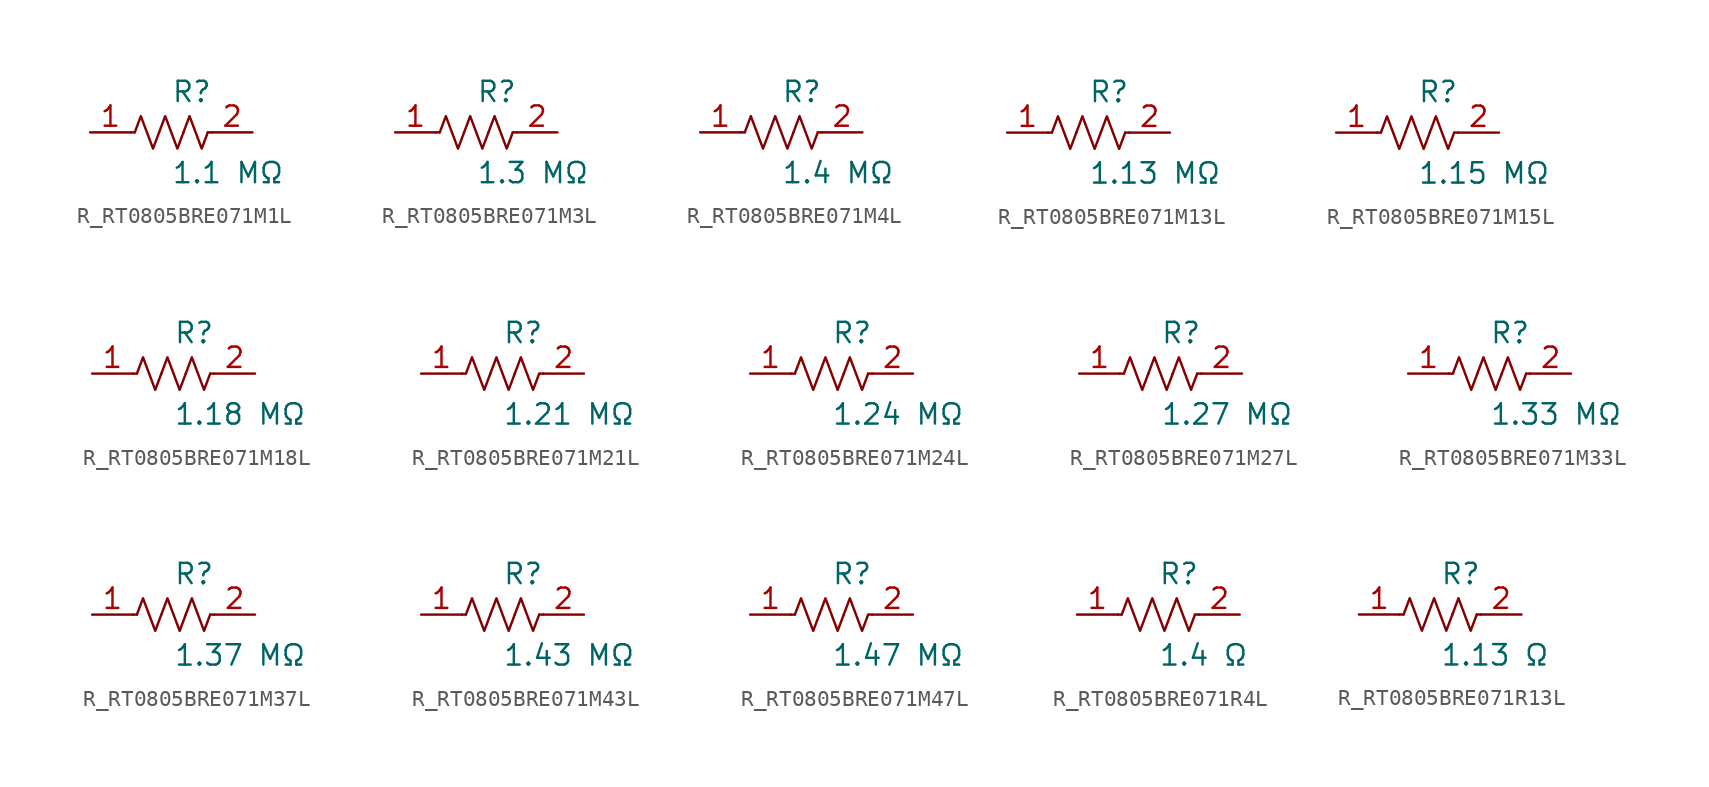
<source format=kicad_sym>
(kicad_symbol_lib
  (version 20231120)
  (generator kicad_symbol_editor)
  (generator_version 8.0)
  (symbol "R_RT0805BRE071M1L"
    (pin_names
      (offset 0.254))
    (property "Reference" "R"
      (at 0.0 2.54 0)
      (effects (font (size 1.27 1.27)) (justify left)))
    (property "Value" "1.1 MΩ"
      (at 0.0 -2.54 0)
      (effects (font (size 1.27 1.27)) (justify left)))
    (symbol "R_RT0805BRE071M1L_0_1"
      (polyline (pts (xy 2.286 0) (xy 2.54 0)) (stroke (width 0) (type default)) (fill (type none)))
      (polyline (pts (xy -2.286 0) (xy -2.54 0)) (stroke (width 0) (type default)) (fill (type none)))
      (polyline (pts (xy 0.762 0) (xy 1.143 1.016) (xy 1.524 0) (xy 1.905 -1.016) (xy 2.286 0)) (stroke (width 0) (type default)) (fill (type none)))
      (polyline (pts (xy -0.762 0) (xy -0.381 1.016) (xy 0 0) (xy 0.381 -1.016) (xy 0.762 0)) (stroke (width 0) (type default)) (fill (type none)))
      (polyline (pts (xy -2.286 0) (xy -1.905 1.016) (xy -1.524 0) (xy -1.143 -1.016) (xy -0.762 0)) (stroke (width 0) (type default)) (fill (type none))))
    (pin unspecified line
      (at -5.08 0 0)
      (length 2.54)
      (name "" (effects (font (size 1.27 1.27))))
      (number "1" (effects (font (size 1.27 1.27)))))
    (pin unspecified line
      (at 5.08 0 180)
      (length 2.54)
      (name "" (effects (font (size 1.27 1.27))))
      (number "2" (effects (font (size 1.27 1.27))))))
  (symbol "R_RT0805BRE071M3L"
    (pin_names
      (offset 0.254))
    (property "Reference" "R"
      (at 0.0 2.54 0)
      (effects (font (size 1.27 1.27)) (justify left)))
    (property "Value" "1.3 MΩ"
      (at 0.0 -2.54 0)
      (effects (font (size 1.27 1.27)) (justify left)))
    (symbol "R_RT0805BRE071M3L_0_1"
      (polyline (pts (xy 2.286 0) (xy 2.54 0)) (stroke (width 0) (type default)) (fill (type none)))
      (polyline (pts (xy -2.286 0) (xy -2.54 0)) (stroke (width 0) (type default)) (fill (type none)))
      (polyline (pts (xy 0.762 0) (xy 1.143 1.016) (xy 1.524 0) (xy 1.905 -1.016) (xy 2.286 0)) (stroke (width 0) (type default)) (fill (type none)))
      (polyline (pts (xy -0.762 0) (xy -0.381 1.016) (xy 0 0) (xy 0.381 -1.016) (xy 0.762 0)) (stroke (width 0) (type default)) (fill (type none)))
      (polyline (pts (xy -2.286 0) (xy -1.905 1.016) (xy -1.524 0) (xy -1.143 -1.016) (xy -0.762 0)) (stroke (width 0) (type default)) (fill (type none))))
    (pin unspecified line
      (at -5.08 0 0)
      (length 2.54)
      (name "" (effects (font (size 1.27 1.27))))
      (number "1" (effects (font (size 1.27 1.27)))))
    (pin unspecified line
      (at 5.08 0 180)
      (length 2.54)
      (name "" (effects (font (size 1.27 1.27))))
      (number "2" (effects (font (size 1.27 1.27))))))
  (symbol "R_RT0805BRE071M4L"
    (pin_names
      (offset 0.254))
    (property "Reference" "R"
      (at 0.0 2.54 0)
      (effects (font (size 1.27 1.27)) (justify left)))
    (property "Value" "1.4 MΩ"
      (at 0.0 -2.54 0)
      (effects (font (size 1.27 1.27)) (justify left)))
    (symbol "R_RT0805BRE071M4L_0_1"
      (polyline (pts (xy 2.286 0) (xy 2.54 0)) (stroke (width 0) (type default)) (fill (type none)))
      (polyline (pts (xy -2.286 0) (xy -2.54 0)) (stroke (width 0) (type default)) (fill (type none)))
      (polyline (pts (xy 0.762 0) (xy 1.143 1.016) (xy 1.524 0) (xy 1.905 -1.016) (xy 2.286 0)) (stroke (width 0) (type default)) (fill (type none)))
      (polyline (pts (xy -0.762 0) (xy -0.381 1.016) (xy 0 0) (xy 0.381 -1.016) (xy 0.762 0)) (stroke (width 0) (type default)) (fill (type none)))
      (polyline (pts (xy -2.286 0) (xy -1.905 1.016) (xy -1.524 0) (xy -1.143 -1.016) (xy -0.762 0)) (stroke (width 0) (type default)) (fill (type none))))
    (pin unspecified line
      (at -5.08 0 0)
      (length 2.54)
      (name "" (effects (font (size 1.27 1.27))))
      (number "1" (effects (font (size 1.27 1.27)))))
    (pin unspecified line
      (at 5.08 0 180)
      (length 2.54)
      (name "" (effects (font (size 1.27 1.27))))
      (number "2" (effects (font (size 1.27 1.27))))))
  (symbol "R_RT0805BRE071M13L"
    (pin_names
      (offset 0.254))
    (property "Reference" "R"
      (at 0.0 2.54 0)
      (effects (font (size 1.27 1.27)) (justify left)))
    (property "Value" "1.13 MΩ"
      (at 0.0 -2.54 0)
      (effects (font (size 1.27 1.27)) (justify left)))
    (symbol "R_RT0805BRE071M13L_0_1"
      (polyline (pts (xy 2.286 0) (xy 2.54 0)) (stroke (width 0) (type default)) (fill (type none)))
      (polyline (pts (xy -2.286 0) (xy -2.54 0)) (stroke (width 0) (type default)) (fill (type none)))
      (polyline (pts (xy 0.762 0) (xy 1.143 1.016) (xy 1.524 0) (xy 1.905 -1.016) (xy 2.286 0)) (stroke (width 0) (type default)) (fill (type none)))
      (polyline (pts (xy -0.762 0) (xy -0.381 1.016) (xy 0 0) (xy 0.381 -1.016) (xy 0.762 0)) (stroke (width 0) (type default)) (fill (type none)))
      (polyline (pts (xy -2.286 0) (xy -1.905 1.016) (xy -1.524 0) (xy -1.143 -1.016) (xy -0.762 0)) (stroke (width 0) (type default)) (fill (type none))))
    (pin unspecified line
      (at -5.08 0 0)
      (length 2.54)
      (name "" (effects (font (size 1.27 1.27))))
      (number "1" (effects (font (size 1.27 1.27)))))
    (pin unspecified line
      (at 5.08 0 180)
      (length 2.54)
      (name "" (effects (font (size 1.27 1.27))))
      (number "2" (effects (font (size 1.27 1.27))))))
  (symbol "R_RT0805BRE071M15L"
    (pin_names
      (offset 0.254))
    (property "Reference" "R"
      (at 0.0 2.54 0)
      (effects (font (size 1.27 1.27)) (justify left)))
    (property "Value" "1.15 MΩ"
      (at 0.0 -2.54 0)
      (effects (font (size 1.27 1.27)) (justify left)))
    (symbol "R_RT0805BRE071M15L_0_1"
      (polyline (pts (xy 2.286 0) (xy 2.54 0)) (stroke (width 0) (type default)) (fill (type none)))
      (polyline (pts (xy -2.286 0) (xy -2.54 0)) (stroke (width 0) (type default)) (fill (type none)))
      (polyline (pts (xy 0.762 0) (xy 1.143 1.016) (xy 1.524 0) (xy 1.905 -1.016) (xy 2.286 0)) (stroke (width 0) (type default)) (fill (type none)))
      (polyline (pts (xy -0.762 0) (xy -0.381 1.016) (xy 0 0) (xy 0.381 -1.016) (xy 0.762 0)) (stroke (width 0) (type default)) (fill (type none)))
      (polyline (pts (xy -2.286 0) (xy -1.905 1.016) (xy -1.524 0) (xy -1.143 -1.016) (xy -0.762 0)) (stroke (width 0) (type default)) (fill (type none))))
    (pin unspecified line
      (at -5.08 0 0)
      (length 2.54)
      (name "" (effects (font (size 1.27 1.27))))
      (number "1" (effects (font (size 1.27 1.27)))))
    (pin unspecified line
      (at 5.08 0 180)
      (length 2.54)
      (name "" (effects (font (size 1.27 1.27))))
      (number "2" (effects (font (size 1.27 1.27))))))
  (symbol "R_RT0805BRE071M18L"
    (pin_names
      (offset 0.254))
    (property "Reference" "R"
      (at 0.0 2.54 0)
      (effects (font (size 1.27 1.27)) (justify left)))
    (property "Value" "1.18 MΩ"
      (at 0.0 -2.54 0)
      (effects (font (size 1.27 1.27)) (justify left)))
    (symbol "R_RT0805BRE071M18L_0_1"
      (polyline (pts (xy 2.286 0) (xy 2.54 0)) (stroke (width 0) (type default)) (fill (type none)))
      (polyline (pts (xy -2.286 0) (xy -2.54 0)) (stroke (width 0) (type default)) (fill (type none)))
      (polyline (pts (xy 0.762 0) (xy 1.143 1.016) (xy 1.524 0) (xy 1.905 -1.016) (xy 2.286 0)) (stroke (width 0) (type default)) (fill (type none)))
      (polyline (pts (xy -0.762 0) (xy -0.381 1.016) (xy 0 0) (xy 0.381 -1.016) (xy 0.762 0)) (stroke (width 0) (type default)) (fill (type none)))
      (polyline (pts (xy -2.286 0) (xy -1.905 1.016) (xy -1.524 0) (xy -1.143 -1.016) (xy -0.762 0)) (stroke (width 0) (type default)) (fill (type none))))
    (pin unspecified line
      (at -5.08 0 0)
      (length 2.54)
      (name "" (effects (font (size 1.27 1.27))))
      (number "1" (effects (font (size 1.27 1.27)))))
    (pin unspecified line
      (at 5.08 0 180)
      (length 2.54)
      (name "" (effects (font (size 1.27 1.27))))
      (number "2" (effects (font (size 1.27 1.27))))))
  (symbol "R_RT0805BRE071M21L"
    (pin_names
      (offset 0.254))
    (property "Reference" "R"
      (at 0.0 2.54 0)
      (effects (font (size 1.27 1.27)) (justify left)))
    (property "Value" "1.21 MΩ"
      (at 0.0 -2.54 0)
      (effects (font (size 1.27 1.27)) (justify left)))
    (symbol "R_RT0805BRE071M21L_0_1"
      (polyline (pts (xy 2.286 0) (xy 2.54 0)) (stroke (width 0) (type default)) (fill (type none)))
      (polyline (pts (xy -2.286 0) (xy -2.54 0)) (stroke (width 0) (type default)) (fill (type none)))
      (polyline (pts (xy 0.762 0) (xy 1.143 1.016) (xy 1.524 0) (xy 1.905 -1.016) (xy 2.286 0)) (stroke (width 0) (type default)) (fill (type none)))
      (polyline (pts (xy -0.762 0) (xy -0.381 1.016) (xy 0 0) (xy 0.381 -1.016) (xy 0.762 0)) (stroke (width 0) (type default)) (fill (type none)))
      (polyline (pts (xy -2.286 0) (xy -1.905 1.016) (xy -1.524 0) (xy -1.143 -1.016) (xy -0.762 0)) (stroke (width 0) (type default)) (fill (type none))))
    (pin unspecified line
      (at -5.08 0 0)
      (length 2.54)
      (name "" (effects (font (size 1.27 1.27))))
      (number "1" (effects (font (size 1.27 1.27)))))
    (pin unspecified line
      (at 5.08 0 180)
      (length 2.54)
      (name "" (effects (font (size 1.27 1.27))))
      (number "2" (effects (font (size 1.27 1.27))))))
  (symbol "R_RT0805BRE071M24L"
    (pin_names
      (offset 0.254))
    (property "Reference" "R"
      (at 0.0 2.54 0)
      (effects (font (size 1.27 1.27)) (justify left)))
    (property "Value" "1.24 MΩ"
      (at 0.0 -2.54 0)
      (effects (font (size 1.27 1.27)) (justify left)))
    (symbol "R_RT0805BRE071M24L_0_1"
      (polyline (pts (xy 2.286 0) (xy 2.54 0)) (stroke (width 0) (type default)) (fill (type none)))
      (polyline (pts (xy -2.286 0) (xy -2.54 0)) (stroke (width 0) (type default)) (fill (type none)))
      (polyline (pts (xy 0.762 0) (xy 1.143 1.016) (xy 1.524 0) (xy 1.905 -1.016) (xy 2.286 0)) (stroke (width 0) (type default)) (fill (type none)))
      (polyline (pts (xy -0.762 0) (xy -0.381 1.016) (xy 0 0) (xy 0.381 -1.016) (xy 0.762 0)) (stroke (width 0) (type default)) (fill (type none)))
      (polyline (pts (xy -2.286 0) (xy -1.905 1.016) (xy -1.524 0) (xy -1.143 -1.016) (xy -0.762 0)) (stroke (width 0) (type default)) (fill (type none))))
    (pin unspecified line
      (at -5.08 0 0)
      (length 2.54)
      (name "" (effects (font (size 1.27 1.27))))
      (number "1" (effects (font (size 1.27 1.27)))))
    (pin unspecified line
      (at 5.08 0 180)
      (length 2.54)
      (name "" (effects (font (size 1.27 1.27))))
      (number "2" (effects (font (size 1.27 1.27))))))
  (symbol "R_RT0805BRE071M27L"
    (pin_names
      (offset 0.254))
    (property "Reference" "R"
      (at 0.0 2.54 0)
      (effects (font (size 1.27 1.27)) (justify left)))
    (property "Value" "1.27 MΩ"
      (at 0.0 -2.54 0)
      (effects (font (size 1.27 1.27)) (justify left)))
    (symbol "R_RT0805BRE071M27L_0_1"
      (polyline (pts (xy 2.286 0) (xy 2.54 0)) (stroke (width 0) (type default)) (fill (type none)))
      (polyline (pts (xy -2.286 0) (xy -2.54 0)) (stroke (width 0) (type default)) (fill (type none)))
      (polyline (pts (xy 0.762 0) (xy 1.143 1.016) (xy 1.524 0) (xy 1.905 -1.016) (xy 2.286 0)) (stroke (width 0) (type default)) (fill (type none)))
      (polyline (pts (xy -0.762 0) (xy -0.381 1.016) (xy 0 0) (xy 0.381 -1.016) (xy 0.762 0)) (stroke (width 0) (type default)) (fill (type none)))
      (polyline (pts (xy -2.286 0) (xy -1.905 1.016) (xy -1.524 0) (xy -1.143 -1.016) (xy -0.762 0)) (stroke (width 0) (type default)) (fill (type none))))
    (pin unspecified line
      (at -5.08 0 0)
      (length 2.54)
      (name "" (effects (font (size 1.27 1.27))))
      (number "1" (effects (font (size 1.27 1.27)))))
    (pin unspecified line
      (at 5.08 0 180)
      (length 2.54)
      (name "" (effects (font (size 1.27 1.27))))
      (number "2" (effects (font (size 1.27 1.27))))))
  (symbol "R_RT0805BRE071M33L"
    (pin_names
      (offset 0.254))
    (property "Reference" "R"
      (at 0.0 2.54 0)
      (effects (font (size 1.27 1.27)) (justify left)))
    (property "Value" "1.33 MΩ"
      (at 0.0 -2.54 0)
      (effects (font (size 1.27 1.27)) (justify left)))
    (symbol "R_RT0805BRE071M33L_0_1"
      (polyline (pts (xy 2.286 0) (xy 2.54 0)) (stroke (width 0) (type default)) (fill (type none)))
      (polyline (pts (xy -2.286 0) (xy -2.54 0)) (stroke (width 0) (type default)) (fill (type none)))
      (polyline (pts (xy 0.762 0) (xy 1.143 1.016) (xy 1.524 0) (xy 1.905 -1.016) (xy 2.286 0)) (stroke (width 0) (type default)) (fill (type none)))
      (polyline (pts (xy -0.762 0) (xy -0.381 1.016) (xy 0 0) (xy 0.381 -1.016) (xy 0.762 0)) (stroke (width 0) (type default)) (fill (type none)))
      (polyline (pts (xy -2.286 0) (xy -1.905 1.016) (xy -1.524 0) (xy -1.143 -1.016) (xy -0.762 0)) (stroke (width 0) (type default)) (fill (type none))))
    (pin unspecified line
      (at -5.08 0 0)
      (length 2.54)
      (name "" (effects (font (size 1.27 1.27))))
      (number "1" (effects (font (size 1.27 1.27)))))
    (pin unspecified line
      (at 5.08 0 180)
      (length 2.54)
      (name "" (effects (font (size 1.27 1.27))))
      (number "2" (effects (font (size 1.27 1.27))))))
  (symbol "R_RT0805BRE071M37L"
    (pin_names
      (offset 0.254))
    (property "Reference" "R"
      (at 0.0 2.54 0)
      (effects (font (size 1.27 1.27)) (justify left)))
    (property "Value" "1.37 MΩ"
      (at 0.0 -2.54 0)
      (effects (font (size 1.27 1.27)) (justify left)))
    (symbol "R_RT0805BRE071M37L_0_1"
      (polyline (pts (xy 2.286 0) (xy 2.54 0)) (stroke (width 0) (type default)) (fill (type none)))
      (polyline (pts (xy -2.286 0) (xy -2.54 0)) (stroke (width 0) (type default)) (fill (type none)))
      (polyline (pts (xy 0.762 0) (xy 1.143 1.016) (xy 1.524 0) (xy 1.905 -1.016) (xy 2.286 0)) (stroke (width 0) (type default)) (fill (type none)))
      (polyline (pts (xy -0.762 0) (xy -0.381 1.016) (xy 0 0) (xy 0.381 -1.016) (xy 0.762 0)) (stroke (width 0) (type default)) (fill (type none)))
      (polyline (pts (xy -2.286 0) (xy -1.905 1.016) (xy -1.524 0) (xy -1.143 -1.016) (xy -0.762 0)) (stroke (width 0) (type default)) (fill (type none))))
    (pin unspecified line
      (at -5.08 0 0)
      (length 2.54)
      (name "" (effects (font (size 1.27 1.27))))
      (number "1" (effects (font (size 1.27 1.27)))))
    (pin unspecified line
      (at 5.08 0 180)
      (length 2.54)
      (name "" (effects (font (size 1.27 1.27))))
      (number "2" (effects (font (size 1.27 1.27))))))
  (symbol "R_RT0805BRE071M43L"
    (pin_names
      (offset 0.254))
    (property "Reference" "R"
      (at 0.0 2.54 0)
      (effects (font (size 1.27 1.27)) (justify left)))
    (property "Value" "1.43 MΩ"
      (at 0.0 -2.54 0)
      (effects (font (size 1.27 1.27)) (justify left)))
    (symbol "R_RT0805BRE071M43L_0_1"
      (polyline (pts (xy 2.286 0) (xy 2.54 0)) (stroke (width 0) (type default)) (fill (type none)))
      (polyline (pts (xy -2.286 0) (xy -2.54 0)) (stroke (width 0) (type default)) (fill (type none)))
      (polyline (pts (xy 0.762 0) (xy 1.143 1.016) (xy 1.524 0) (xy 1.905 -1.016) (xy 2.286 0)) (stroke (width 0) (type default)) (fill (type none)))
      (polyline (pts (xy -0.762 0) (xy -0.381 1.016) (xy 0 0) (xy 0.381 -1.016) (xy 0.762 0)) (stroke (width 0) (type default)) (fill (type none)))
      (polyline (pts (xy -2.286 0) (xy -1.905 1.016) (xy -1.524 0) (xy -1.143 -1.016) (xy -0.762 0)) (stroke (width 0) (type default)) (fill (type none))))
    (pin unspecified line
      (at -5.08 0 0)
      (length 2.54)
      (name "" (effects (font (size 1.27 1.27))))
      (number "1" (effects (font (size 1.27 1.27)))))
    (pin unspecified line
      (at 5.08 0 180)
      (length 2.54)
      (name "" (effects (font (size 1.27 1.27))))
      (number "2" (effects (font (size 1.27 1.27))))))
  (symbol "R_RT0805BRE071M47L"
    (pin_names
      (offset 0.254))
    (property "Reference" "R"
      (at 0.0 2.54 0)
      (effects (font (size 1.27 1.27)) (justify left)))
    (property "Value" "1.47 MΩ"
      (at 0.0 -2.54 0)
      (effects (font (size 1.27 1.27)) (justify left)))
    (symbol "R_RT0805BRE071M47L_0_1"
      (polyline (pts (xy 2.286 0) (xy 2.54 0)) (stroke (width 0) (type default)) (fill (type none)))
      (polyline (pts (xy -2.286 0) (xy -2.54 0)) (stroke (width 0) (type default)) (fill (type none)))
      (polyline (pts (xy 0.762 0) (xy 1.143 1.016) (xy 1.524 0) (xy 1.905 -1.016) (xy 2.286 0)) (stroke (width 0) (type default)) (fill (type none)))
      (polyline (pts (xy -0.762 0) (xy -0.381 1.016) (xy 0 0) (xy 0.381 -1.016) (xy 0.762 0)) (stroke (width 0) (type default)) (fill (type none)))
      (polyline (pts (xy -2.286 0) (xy -1.905 1.016) (xy -1.524 0) (xy -1.143 -1.016) (xy -0.762 0)) (stroke (width 0) (type default)) (fill (type none))))
    (pin unspecified line
      (at -5.08 0 0)
      (length 2.54)
      (name "" (effects (font (size 1.27 1.27))))
      (number "1" (effects (font (size 1.27 1.27)))))
    (pin unspecified line
      (at 5.08 0 180)
      (length 2.54)
      (name "" (effects (font (size 1.27 1.27))))
      (number "2" (effects (font (size 1.27 1.27))))))
  (symbol "R_RT0805BRE071R4L"
    (pin_names
      (offset 0.254))
    (property "Reference" "R"
      (at 0.0 2.54 0)
      (effects (font (size 1.27 1.27)) (justify left)))
    (property "Value" "1.4 Ω"
      (at 0.0 -2.54 0)
      (effects (font (size 1.27 1.27)) (justify left)))
    (symbol "R_RT0805BRE071R4L_0_1"
      (polyline (pts (xy 2.286 0) (xy 2.54 0)) (stroke (width 0) (type default)) (fill (type none)))
      (polyline (pts (xy -2.286 0) (xy -2.54 0)) (stroke (width 0) (type default)) (fill (type none)))
      (polyline (pts (xy 0.762 0) (xy 1.143 1.016) (xy 1.524 0) (xy 1.905 -1.016) (xy 2.286 0)) (stroke (width 0) (type default)) (fill (type none)))
      (polyline (pts (xy -0.762 0) (xy -0.381 1.016) (xy 0 0) (xy 0.381 -1.016) (xy 0.762 0)) (stroke (width 0) (type default)) (fill (type none)))
      (polyline (pts (xy -2.286 0) (xy -1.905 1.016) (xy -1.524 0) (xy -1.143 -1.016) (xy -0.762 0)) (stroke (width 0) (type default)) (fill (type none))))
    (pin unspecified line
      (at -5.08 0 0)
      (length 2.54)
      (name "" (effects (font (size 1.27 1.27))))
      (number "1" (effects (font (size 1.27 1.27)))))
    (pin unspecified line
      (at 5.08 0 180)
      (length 2.54)
      (name "" (effects (font (size 1.27 1.27))))
      (number "2" (effects (font (size 1.27 1.27))))))
  (symbol "R_RT0805BRE071R13L"
    (pin_names
      (offset 0.254))
    (property "Reference" "R"
      (at 0.0 2.54 0)
      (effects (font (size 1.27 1.27)) (justify left)))
    (property "Value" "1.13 Ω"
      (at 0.0 -2.54 0)
      (effects (font (size 1.27 1.27)) (justify left)))
    (symbol "R_RT0805BRE071R13L_0_1"
      (polyline (pts (xy 2.286 0) (xy 2.54 0)) (stroke (width 0) (type default)) (fill (type none)))
      (polyline (pts (xy -2.286 0) (xy -2.54 0)) (stroke (width 0) (type default)) (fill (type none)))
      (polyline (pts (xy 0.762 0) (xy 1.143 1.016) (xy 1.524 0) (xy 1.905 -1.016) (xy 2.286 0)) (stroke (width 0) (type default)) (fill (type none)))
      (polyline (pts (xy -0.762 0) (xy -0.381 1.016) (xy 0 0) (xy 0.381 -1.016) (xy 0.762 0)) (stroke (width 0) (type default)) (fill (type none)))
      (polyline (pts (xy -2.286 0) (xy -1.905 1.016) (xy -1.524 0) (xy -1.143 -1.016) (xy -0.762 0)) (stroke (width 0) (type default)) (fill (type none))))
    (pin unspecified line
      (at -5.08 0 0)
      (length 2.54)
      (name "" (effects (font (size 1.27 1.27))))
      (number "1" (effects (font (size 1.27 1.27)))))
    (pin unspecified line
      (at 5.08 0 180)
      (length 2.54)
      (name "" (effects (font (size 1.27 1.27))))
      (number "2" (effects (font (size 1.27 1.27)))))))
</source>
